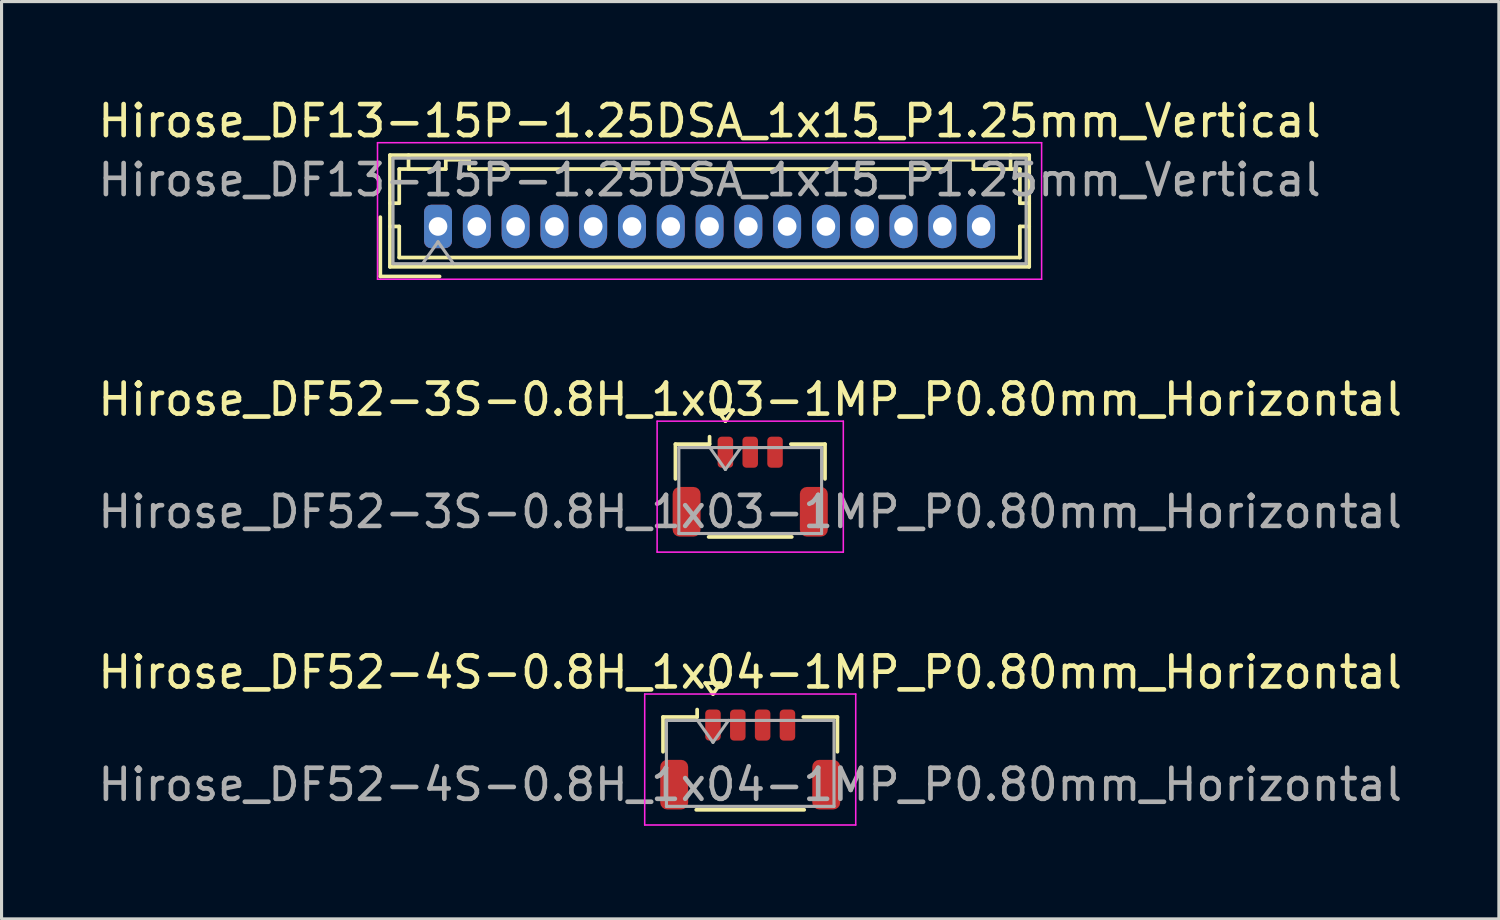
<source format=kicad_pcb>
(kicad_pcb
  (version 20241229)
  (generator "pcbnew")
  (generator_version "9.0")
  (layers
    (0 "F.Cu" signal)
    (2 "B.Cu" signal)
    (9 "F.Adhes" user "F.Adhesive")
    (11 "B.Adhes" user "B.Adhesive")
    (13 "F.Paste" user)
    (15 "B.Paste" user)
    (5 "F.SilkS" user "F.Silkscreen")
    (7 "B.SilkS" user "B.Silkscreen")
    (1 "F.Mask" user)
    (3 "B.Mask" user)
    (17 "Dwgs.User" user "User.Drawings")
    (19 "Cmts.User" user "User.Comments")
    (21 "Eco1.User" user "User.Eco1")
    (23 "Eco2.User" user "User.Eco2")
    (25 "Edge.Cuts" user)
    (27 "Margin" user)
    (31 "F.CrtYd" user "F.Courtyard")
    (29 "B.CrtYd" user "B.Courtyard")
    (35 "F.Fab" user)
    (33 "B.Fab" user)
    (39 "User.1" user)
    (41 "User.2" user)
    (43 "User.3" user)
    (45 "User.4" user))
  (footprint "Hirose_DF52-3S-0.8H_1x03-1MP_P0.80mm_Horizontal"
    (layer "F.Cu")
    (at 21.125 12.632)
    (property "Reference" "Hirose_DF52-3S-0.8H_1x03-1MP_P0.80mm_Horizontal" (at 0 -2.81 0) (layer "F.SilkS") (effects (font (size 1 1) (thickness 0.15))))
    (attr smd)
    (fp_line (start -2.41 -1.37) (end -1.31 -1.37) (stroke (width 0.12) (type solid)) (layer "F.SilkS"))
    (fp_line (start -2.41 -0.25) (end -2.41 -1.37) (stroke (width 0.12) (type solid)) (layer "F.SilkS"))
    (fp_line (start -1.34 1.62) (end 1.34 1.62) (stroke (width 0.12) (type solid)) (layer "F.SilkS"))
    (fp_line (start -1.31 -1.37) (end -1.31 -1.61) (stroke (width 0.12) (type solid)) (layer "F.SilkS"))
    (fp_line (start -1.05 -2.464) (end -0.8 -2.11) (stroke (width 0.12) (type solid)) (layer "F.SilkS"))
    (fp_line (start -0.8 -2.11) (end -0.55 -2.464) (stroke (width 0.12) (type solid)) (layer "F.SilkS"))
    (fp_line (start -0.55 -2.464) (end -1.05 -2.464) (stroke (width 0.12) (type solid)) (layer "F.SilkS"))
    (fp_line (start 2.41 -1.37) (end 1.31 -1.37) (stroke (width 0.12) (type solid)) (layer "F.SilkS"))
    (fp_line (start 2.41 -0.25) (end 2.41 -1.37) (stroke (width 0.12) (type solid)) (layer "F.SilkS"))
    (fp_line (start -3 -2.11) (end -3 2.11) (stroke (width 0.05) (type solid)) (layer "F.CrtYd"))
    (fp_line (start -3 2.11) (end 3 2.11) (stroke (width 0.05) (type solid)) (layer "F.CrtYd"))
    (fp_line (start 3 -2.11) (end -3 -2.11) (stroke (width 0.05) (type solid)) (layer "F.CrtYd"))
    (fp_line (start 3 2.11) (end 3 -2.11) (stroke (width 0.05) (type solid)) (layer "F.CrtYd"))
    (fp_line (start -2.3 -1.26) (end -2.3 1.51) (stroke (width 0.1) (type solid)) (layer "F.Fab"))
    (fp_line (start -2.3 -1.26) (end 2.3 -1.26) (stroke (width 0.1) (type solid)) (layer "F.Fab"))
    (fp_line (start -2.3 1.51) (end 2.3 1.51) (stroke (width 0.1) (type solid)) (layer "F.Fab"))
    (fp_line (start -1.3 -1.26) (end -0.8 -0.553) (stroke (width 0.1) (type solid)) (layer "F.Fab"))
    (fp_line (start -0.8 -0.553) (end -0.3 -1.26) (stroke (width 0.1) (type solid)) (layer "F.Fab"))
    (fp_line (start 2.3 -1.26) (end 2.3 1.51) (stroke (width 0.1) (type solid)) (layer "F.Fab"))
    (fp_text user "${REFERENCE}" (at 0 0.81 0) (layer "F.Fab") (effects (font (size 1 1) (thickness 0.15))))
    (pad "1" smd roundrect (at -0.8 -1.11) (size 0.5 1) (layers "F.Cu" "F.Mask" "F.Paste") (roundrect_rratio 0.25))
    (pad "2" smd roundrect (at 0 -1.11) (size 0.5 1) (layers "F.Cu" "F.Mask" "F.Paste") (roundrect_rratio 0.25))
    (pad "3" smd roundrect (at 0.8 -1.11) (size 0.5 1) (layers "F.Cu" "F.Mask" "F.Paste") (roundrect_rratio 0.25))
    (pad "MP" smd roundrect (at -2.05 0.81) (size 0.9 1.6) (layers "F.Cu" "F.Mask" "F.Paste") (roundrect_rratio 0.25))
    (pad "MP" smd roundrect (at 2.05 0.81) (size 0.9 1.6) (layers "F.Cu" "F.Mask" "F.Paste") (roundrect_rratio 0.25)))
  (footprint "Hirose_DF52-4S-0.8H_1x04-1MP_P0.80mm_Horizontal"
    (layer "F.Cu")
    (at 21.125 21.425)
    (property "Reference" "Hirose_DF52-4S-0.8H_1x04-1MP_P0.80mm_Horizontal" (at 0 -2.81 0) (layer "F.SilkS") (effects (font (size 1 1) (thickness 0.15))))
    (attr smd)
    (fp_line (start -2.81 -1.37) (end -1.71 -1.37) (stroke (width 0.12) (type solid)) (layer "F.SilkS"))
    (fp_line (start -2.81 -0.25) (end -2.81 -1.37) (stroke (width 0.12) (type solid)) (layer "F.SilkS"))
    (fp_line (start -1.74 1.62) (end 1.74 1.62) (stroke (width 0.12) (type solid)) (layer "F.SilkS"))
    (fp_line (start -1.71 -1.37) (end -1.71 -1.61) (stroke (width 0.12) (type solid)) (layer "F.SilkS"))
    (fp_line (start -1.45 -2.464) (end -1.2 -2.11) (stroke (width 0.12) (type solid)) (layer "F.SilkS"))
    (fp_line (start -1.2 -2.11) (end -0.95 -2.464) (stroke (width 0.12) (type solid)) (layer "F.SilkS"))
    (fp_line (start -0.95 -2.464) (end -1.45 -2.464) (stroke (width 0.12) (type solid)) (layer "F.SilkS"))
    (fp_line (start 2.81 -1.37) (end 1.71 -1.37) (stroke (width 0.12) (type solid)) (layer "F.SilkS"))
    (fp_line (start 2.81 -0.25) (end 2.81 -1.37) (stroke (width 0.12) (type solid)) (layer "F.SilkS"))
    (fp_line (start -3.4 -2.11) (end -3.4 2.11) (stroke (width 0.05) (type solid)) (layer "F.CrtYd"))
    (fp_line (start -3.4 2.11) (end 3.4 2.11) (stroke (width 0.05) (type solid)) (layer "F.CrtYd"))
    (fp_line (start 3.4 -2.11) (end -3.4 -2.11) (stroke (width 0.05) (type solid)) (layer "F.CrtYd"))
    (fp_line (start 3.4 2.11) (end 3.4 -2.11) (stroke (width 0.05) (type solid)) (layer "F.CrtYd"))
    (fp_line (start -2.7 -1.26) (end -2.7 1.51) (stroke (width 0.1) (type solid)) (layer "F.Fab"))
    (fp_line (start -2.7 -1.26) (end 2.7 -1.26) (stroke (width 0.1) (type solid)) (layer "F.Fab"))
    (fp_line (start -2.7 1.51) (end 2.7 1.51) (stroke (width 0.1) (type solid)) (layer "F.Fab"))
    (fp_line (start -1.7 -1.26) (end -1.2 -0.553) (stroke (width 0.1) (type solid)) (layer "F.Fab"))
    (fp_line (start -1.2 -0.553) (end -0.7 -1.26) (stroke (width 0.1) (type solid)) (layer "F.Fab"))
    (fp_line (start 2.7 -1.26) (end 2.7 1.51) (stroke (width 0.1) (type solid)) (layer "F.Fab"))
    (fp_text user "${REFERENCE}" (at 0 0.81 0) (layer "F.Fab") (effects (font (size 1 1) (thickness 0.15))))
    (pad "1" smd roundrect (at -1.2 -1.11) (size 0.5 1) (layers "F.Cu" "F.Mask" "F.Paste") (roundrect_rratio 0.25))
    (pad "2" smd roundrect (at -0.4 -1.11) (size 0.5 1) (layers "F.Cu" "F.Mask" "F.Paste") (roundrect_rratio 0.25))
    (pad "3" smd roundrect (at 0.4 -1.11) (size 0.5 1) (layers "F.Cu" "F.Mask" "F.Paste") (roundrect_rratio 0.25))
    (pad "4" smd roundrect (at 1.2 -1.11) (size 0.5 1) (layers "F.Cu" "F.Mask" "F.Paste") (roundrect_rratio 0.25))
    (pad "MP" smd roundrect (at -2.45 0.81) (size 0.9 1.6) (layers "F.Cu" "F.Mask" "F.Paste") (roundrect_rratio 0.25))
    (pad "MP" smd roundrect (at 2.45 0.81) (size 0.9 1.6) (layers "F.Cu" "F.Mask" "F.Paste") (roundrect_rratio 0.25)))
  (footprint "Hirose_DF13-15P-1.25DSA_1x15_P1.25mm_Vertical"
    (layer "F.Cu")
    (at 11.065 4.248)
    (property "Reference" "Hirose_DF13-15P-1.25DSA_1x15_P1.25mm_Vertical" (at 8.75 -3.4 0) (layer "F.SilkS") (effects (font (size 1 1) (thickness 0.15))))
    (attr through_hole)
    (fp_line (start -1.86 -0.3) (end -1.86 1.61) (stroke (width 0.12) (type solid)) (layer "F.SilkS"))
    (fp_line (start -1.86 1.61) (end 0.05 1.61) (stroke (width 0.12) (type solid)) (layer "F.SilkS"))
    (fp_line (start -1.55 -2.3) (end -1.55 1.3) (stroke (width 0.12) (type solid)) (layer "F.SilkS"))
    (fp_line (start -1.55 -0.75) (end -1.25 -0.75) (stroke (width 0.12) (type solid)) (layer "F.SilkS"))
    (fp_line (start -1.55 0) (end -1.25 0) (stroke (width 0.12) (type solid)) (layer "F.SilkS"))
    (fp_line (start -1.55 1.3) (end 19.05 1.3) (stroke (width 0.12) (type solid)) (layer "F.SilkS"))
    (fp_line (start -1.25 -1.85) (end -0.95 -1.85) (stroke (width 0.12) (type solid)) (layer "F.SilkS"))
    (fp_line (start -1.25 -0.75) (end -1.25 -1.85) (stroke (width 0.12) (type solid)) (layer "F.SilkS"))
    (fp_line (start -1.25 0) (end -1.25 1) (stroke (width 0.12) (type solid)) (layer "F.SilkS"))
    (fp_line (start -1.25 1) (end 18.75 1) (stroke (width 0.12) (type solid)) (layer "F.SilkS"))
    (fp_line (start -0.95 -1.85) (end -0.95 -2.3) (stroke (width 0.12) (type solid)) (layer "F.SilkS"))
    (fp_line (start -0.95 -1.85) (end 0.25 -1.85) (stroke (width 0.12) (type solid)) (layer "F.SilkS"))
    (fp_line (start 0.25 -2.15) (end 1 -2.15) (stroke (width 0.12) (type solid)) (layer "F.SilkS"))
    (fp_line (start 0.25 -1.85) (end 0.25 -2.15) (stroke (width 0.12) (type solid)) (layer "F.SilkS"))
    (fp_line (start 1 -2.15) (end 1 -1.85) (stroke (width 0.12) (type solid)) (layer "F.SilkS"))
    (fp_line (start 1 -1.85) (end 16.5 -1.85) (stroke (width 0.12) (type solid)) (layer "F.SilkS"))
    (fp_line (start 16.5 -2.15) (end 17.25 -2.15) (stroke (width 0.12) (type solid)) (layer "F.SilkS"))
    (fp_line (start 16.5 -1.85) (end 16.5 -2.15) (stroke (width 0.12) (type solid)) (layer "F.SilkS"))
    (fp_line (start 17.25 -2.15) (end 17.25 -1.85) (stroke (width 0.12) (type solid)) (layer "F.SilkS"))
    (fp_line (start 17.25 -1.85) (end 18.45 -1.85) (stroke (width 0.12) (type solid)) (layer "F.SilkS"))
    (fp_line (start 18.45 -1.85) (end 18.45 -2.3) (stroke (width 0.12) (type solid)) (layer "F.SilkS"))
    (fp_line (start 18.75 -1.85) (end 18.45 -1.85) (stroke (width 0.12) (type solid)) (layer "F.SilkS"))
    (fp_line (start 18.75 -0.75) (end 18.75 -1.85) (stroke (width 0.12) (type solid)) (layer "F.SilkS"))
    (fp_line (start 18.75 0) (end 19.05 0) (stroke (width 0.12) (type solid)) (layer "F.SilkS"))
    (fp_line (start 18.75 1) (end 18.75 0) (stroke (width 0.12) (type solid)) (layer "F.SilkS"))
    (fp_line (start 19.05 -2.3) (end -1.55 -2.3) (stroke (width 0.12) (type solid)) (layer "F.SilkS"))
    (fp_line (start 19.05 -0.75) (end 18.75 -0.75) (stroke (width 0.12) (type solid)) (layer "F.SilkS"))
    (fp_line (start 19.05 1.3) (end 19.05 -2.3) (stroke (width 0.12) (type solid)) (layer "F.SilkS"))
    (fp_line (start -1.95 -2.7) (end -1.95 1.7) (stroke (width 0.05) (type solid)) (layer "F.CrtYd"))
    (fp_line (start -1.95 1.7) (end 19.45 1.7) (stroke (width 0.05) (type solid)) (layer "F.CrtYd"))
    (fp_line (start 19.45 -2.7) (end -1.95 -2.7) (stroke (width 0.05) (type solid)) (layer "F.CrtYd"))
    (fp_line (start 19.45 1.7) (end 19.45 -2.7) (stroke (width 0.05) (type solid)) (layer "F.CrtYd"))
    (fp_line (start -1.45 -2.2) (end -1.45 1.2) (stroke (width 0.1) (type solid)) (layer "F.Fab"))
    (fp_line (start -1.45 1.2) (end 18.95 1.2) (stroke (width 0.1) (type solid)) (layer "F.Fab"))
    (fp_line (start -0.5 1.2) (end 0 0.493) (stroke (width 0.1) (type solid)) (layer "F.Fab"))
    (fp_line (start 0 0.493) (end 0.5 1.2) (stroke (width 0.1) (type solid)) (layer "F.Fab"))
    (fp_line (start 18.95 -2.2) (end -1.45 -2.2) (stroke (width 0.1) (type solid)) (layer "F.Fab"))
    (fp_line (start 18.95 1.2) (end 18.95 -2.2) (stroke (width 0.1) (type solid)) (layer "F.Fab"))
    (fp_text user "${REFERENCE}" (at 8.75 -1.5 0) (layer "F.Fab") (effects (font (size 1 1) (thickness 0.15))))
    (pad "1" thru_hole roundrect (at 0 0) (size 0.9 1.4) (drill 0.6) (layers "*.Cu" "*.Mask") (roundrect_rratio 0.25))
    (pad "2" thru_hole oval (at 1.25 0) (size 0.9 1.4) (drill 0.6) (layers "*.Cu" "*.Mask"))
    (pad "3" thru_hole oval (at 2.5 0) (size 0.9 1.4) (drill 0.6) (layers "*.Cu" "*.Mask"))
    (pad "4" thru_hole oval (at 3.75 0) (size 0.9 1.4) (drill 0.6) (layers "*.Cu" "*.Mask"))
    (pad "5" thru_hole oval (at 5 0) (size 0.9 1.4) (drill 0.6) (layers "*.Cu" "*.Mask"))
    (pad "6" thru_hole oval (at 6.25 0) (size 0.9 1.4) (drill 0.6) (layers "*.Cu" "*.Mask"))
    (pad "7" thru_hole oval (at 7.5 0) (size 0.9 1.4) (drill 0.6) (layers "*.Cu" "*.Mask"))
    (pad "8" thru_hole oval (at 8.75 0) (size 0.9 1.4) (drill 0.6) (layers "*.Cu" "*.Mask"))
    (pad "9" thru_hole oval (at 10 0) (size 0.9 1.4) (drill 0.6) (layers "*.Cu" "*.Mask"))
    (pad "10" thru_hole oval (at 11.25 0) (size 0.9 1.4) (drill 0.6) (layers "*.Cu" "*.Mask"))
    (pad "11" thru_hole oval (at 12.5 0) (size 0.9 1.4) (drill 0.6) (layers "*.Cu" "*.Mask"))
    (pad "12" thru_hole oval (at 13.75 0) (size 0.9 1.4) (drill 0.6) (layers "*.Cu" "*.Mask"))
    (pad "13" thru_hole oval (at 15 0) (size 0.9 1.4) (drill 0.6) (layers "*.Cu" "*.Mask"))
    (pad "14" thru_hole oval (at 16.25 0) (size 0.9 1.4) (drill 0.6) (layers "*.Cu" "*.Mask"))
    (pad "15" thru_hole oval (at 17.5 0) (size 0.9 1.4) (drill 0.6) (layers "*.Cu" "*.Mask")))
  (gr_rect
    (start -3 -3)
    (end 45.25 26.56)
    (stroke (width 0.1) (type default))
    (fill no)
    (layer "Edge.Cuts")))
</source>
